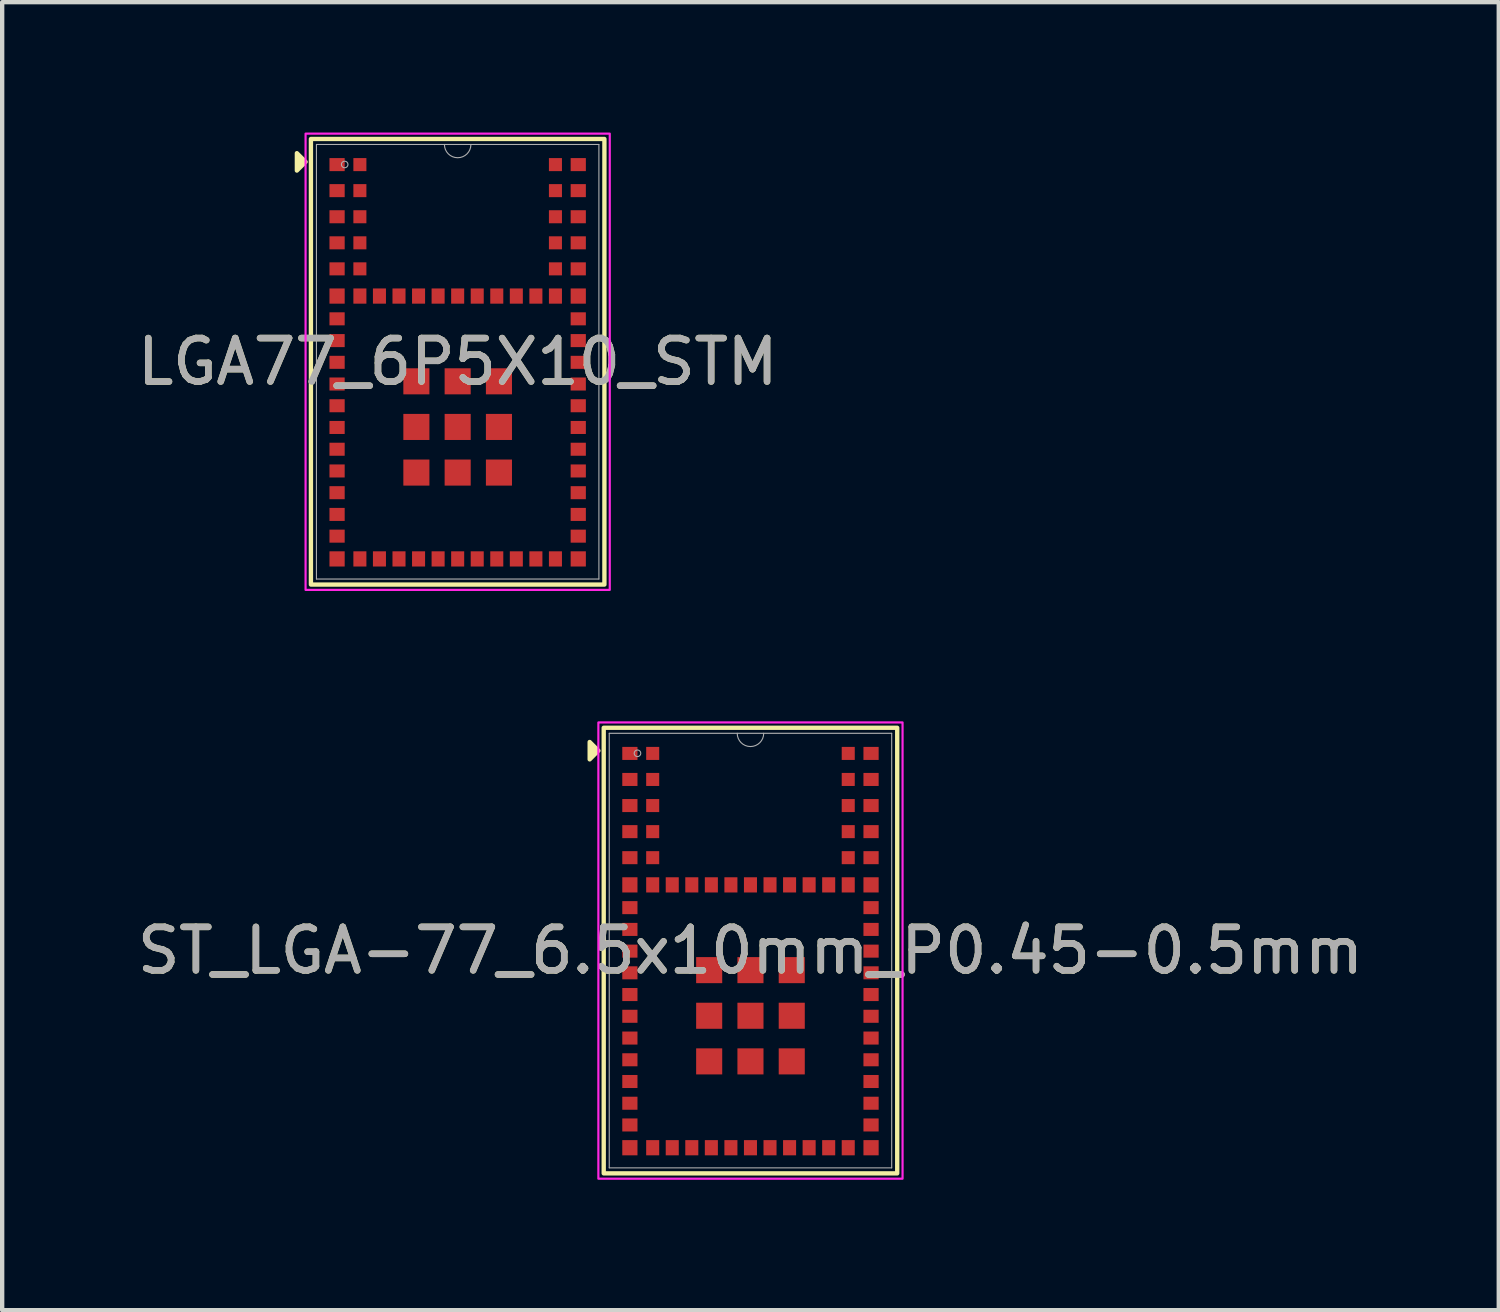
<source format=kicad_pcb>
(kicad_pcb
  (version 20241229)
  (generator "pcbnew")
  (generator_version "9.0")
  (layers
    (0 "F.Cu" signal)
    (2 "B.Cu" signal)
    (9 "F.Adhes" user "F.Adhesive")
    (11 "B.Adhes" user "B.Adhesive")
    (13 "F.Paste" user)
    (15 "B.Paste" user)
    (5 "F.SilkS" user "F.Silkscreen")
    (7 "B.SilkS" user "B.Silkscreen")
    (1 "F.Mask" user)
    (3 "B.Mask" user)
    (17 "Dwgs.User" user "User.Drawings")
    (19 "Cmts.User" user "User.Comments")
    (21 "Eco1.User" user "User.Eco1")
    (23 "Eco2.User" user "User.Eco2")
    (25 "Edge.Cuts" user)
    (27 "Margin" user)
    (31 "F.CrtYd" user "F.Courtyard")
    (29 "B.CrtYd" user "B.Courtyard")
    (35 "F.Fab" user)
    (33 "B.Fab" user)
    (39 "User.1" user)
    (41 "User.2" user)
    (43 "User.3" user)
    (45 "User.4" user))
  (footprint "LGA77_6P5X10_STM"
    (layer "F.Cu")
    (at 7.482 5.275)
    (property "Reference" "LGA77_6P5X10_STM" (at 0 0 0) (unlocked yes) (layer "F.SilkS") (effects (font (size 1 1) (thickness 0.15))))
    (attr smd)
    (fp_rect (start -3.377 -5.127) (end 3.377 5.127) (stroke (width 0.1) (type default)) (fill no) (layer "F.SilkS"))
    (fp_poly (pts (xy -3.5 -4.6) (xy -3.7 -4.4) (xy -3.7 -4.8)) (stroke (width 0.1) (type solid)) (fill yes) (layer "F.SilkS"))
    (fp_rect (start -3.5 -5.25) (end 3.5 5.25) (stroke (width 0.05) (type default)) (fill no) (layer "F.CrtYd"))
    (fp_line (start -3.25 -5) (end -3.25 5) (stroke (width 0.025) (type solid)) (layer "F.Fab"))
    (fp_line (start -3.25 5) (end 3.25 5) (stroke (width 0.025) (type solid)) (layer "F.Fab"))
    (fp_line (start 3.25 -5) (end -3.25 -5) (stroke (width 0.025) (type solid)) (layer "F.Fab"))
    (fp_line (start 3.25 5) (end 3.25 -5) (stroke (width 0.025) (type solid)) (layer "F.Fab"))
    (fp_arc (start 0.3048 -5) (mid 0 -4.6952) (end -0.3048 -5) (stroke (width 0.0254) (type solid)) (layer "F.Fab"))
    (fp_circle (center -2.6 -4.54) (end -2.524 -4.54) (stroke (width 0.025) (type solid)) (fill no) (layer "F.Fab"))
    (fp_text user "${REFERENCE}" (at 0 0 0) (unlocked yes) (layer "F.Fab") (effects (font (size 1 1) (thickness 0.15))))
    (pad "1" smd rect (at -2.775 -4.537) (size 0.35 0.3) (layers "F.Cu" "F.Mask" "F.Paste"))
    (pad "2" smd rect (at -2.775 -3.938) (size 0.35 0.3) (layers "F.Cu" "F.Mask" "F.Paste"))
    (pad "3" smd rect (at -2.775 -3.337) (size 0.35 0.3) (layers "F.Cu" "F.Mask" "F.Paste"))
    (pad "4" smd rect (at -2.775 -2.737) (size 0.35 0.3) (layers "F.Cu" "F.Mask" "F.Paste"))
    (pad "5" smd rect (at -2.775 -2.138) (size 0.35 0.3) (layers "F.Cu" "F.Mask" "F.Paste"))
    (pad "6" smd rect (at -2.775 -1.512) (size 0.35 0.35) (layers "F.Cu" "F.Mask" "F.Paste"))
    (pad "7" smd rect (at -2.775 -0.988) (size 0.35 0.3) (layers "F.Cu" "F.Mask" "F.Paste"))
    (pad "8" smd rect (at -2.775 -0.487) (size 0.35 0.3) (layers "F.Cu" "F.Mask" "F.Paste"))
    (pad "9" smd rect (at -2.775 0.013) (size 0.35 0.3) (layers "F.Cu" "F.Mask" "F.Paste"))
    (pad "10" smd rect (at -2.775 0.512) (size 0.35 0.3) (layers "F.Cu" "F.Mask" "F.Paste"))
    (pad "11" smd rect (at -2.775 1.012) (size 0.35 0.3) (layers "F.Cu" "F.Mask" "F.Paste"))
    (pad "12" smd rect (at -2.775 1.512) (size 0.35 0.3) (layers "F.Cu" "F.Mask" "F.Paste"))
    (pad "13" smd rect (at -2.775 2.013) (size 0.35 0.3) (layers "F.Cu" "F.Mask" "F.Paste"))
    (pad "14" smd rect (at -2.775 2.513) (size 0.35 0.3) (layers "F.Cu" "F.Mask" "F.Paste"))
    (pad "15" smd rect (at -2.775 3.013) (size 0.35 0.3) (layers "F.Cu" "F.Mask" "F.Paste"))
    (pad "16" smd rect (at -2.775 3.513) (size 0.35 0.3) (layers "F.Cu" "F.Mask" "F.Paste"))
    (pad "17" smd rect (at -2.775 4.013) (size 0.35 0.3) (layers "F.Cu" "F.Mask" "F.Paste"))
    (pad "18" smd rect (at -2.775 4.537) (size 0.35 0.35) (layers "F.Cu" "F.Mask" "F.Paste"))
    (pad "19" smd rect (at -2.25 4.537 90) (size 0.35 0.3) (layers "F.Cu" "F.Mask" "F.Paste"))
    (pad "20" smd rect (at -1.8 4.537 90) (size 0.35 0.3) (layers "F.Cu" "F.Mask" "F.Paste"))
    (pad "21" smd rect (at -1.35 4.537 90) (size 0.35 0.3) (layers "F.Cu" "F.Mask" "F.Paste"))
    (pad "22" smd rect (at -0.9 4.537 90) (size 0.35 0.3) (layers "F.Cu" "F.Mask" "F.Paste"))
    (pad "23" smd rect (at -0.45 4.537 90) (size 0.35 0.3) (layers "F.Cu" "F.Mask" "F.Paste"))
    (pad "24" smd rect (at 0 4.537 90) (size 0.35 0.3) (layers "F.Cu" "F.Mask" "F.Paste"))
    (pad "25" smd rect (at 0.45 4.537 90) (size 0.35 0.3) (layers "F.Cu" "F.Mask" "F.Paste"))
    (pad "26" smd rect (at 0.9 4.537 90) (size 0.35 0.3) (layers "F.Cu" "F.Mask" "F.Paste"))
    (pad "27" smd rect (at 1.35 4.537 90) (size 0.35 0.3) (layers "F.Cu" "F.Mask" "F.Paste"))
    (pad "28" smd rect (at 1.8 4.537 90) (size 0.35 0.3) (layers "F.Cu" "F.Mask" "F.Paste"))
    (pad "29" smd rect (at 2.25 4.537 90) (size 0.35 0.3) (layers "F.Cu" "F.Mask" "F.Paste"))
    (pad "30" smd rect (at 2.775 4.537) (size 0.35 0.35) (layers "F.Cu" "F.Mask" "F.Paste"))
    (pad "31" smd rect (at 2.775 4.013) (size 0.35 0.3) (layers "F.Cu" "F.Mask" "F.Paste"))
    (pad "32" smd rect (at 2.775 3.513) (size 0.35 0.3) (layers "F.Cu" "F.Mask" "F.Paste"))
    (pad "33" smd rect (at 2.775 3.013) (size 0.35 0.3) (layers "F.Cu" "F.Mask" "F.Paste"))
    (pad "34" smd rect (at 2.775 2.513) (size 0.35 0.3) (layers "F.Cu" "F.Mask" "F.Paste"))
    (pad "35" smd rect (at 2.775 2.013) (size 0.35 0.3) (layers "F.Cu" "F.Mask" "F.Paste"))
    (pad "36" smd rect (at 2.775 1.512) (size 0.35 0.3) (layers "F.Cu" "F.Mask" "F.Paste"))
    (pad "37" smd rect (at 2.775 1.012) (size 0.35 0.3) (layers "F.Cu" "F.Mask" "F.Paste"))
    (pad "38" smd rect (at 2.775 0.512) (size 0.35 0.3) (layers "F.Cu" "F.Mask" "F.Paste"))
    (pad "39" smd rect (at 2.775 0.013) (size 0.35 0.3) (layers "F.Cu" "F.Mask" "F.Paste"))
    (pad "40" smd rect (at 2.775 -0.487) (size 0.35 0.3) (layers "F.Cu" "F.Mask" "F.Paste"))
    (pad "41" smd rect (at 2.775 -0.988) (size 0.35 0.3) (layers "F.Cu" "F.Mask" "F.Paste"))
    (pad "42" smd rect (at 2.775 -1.512) (size 0.35 0.35) (layers "F.Cu" "F.Mask" "F.Paste"))
    (pad "43" smd rect (at 2.775 -2.138) (size 0.35 0.3) (layers "F.Cu" "F.Mask" "F.Paste"))
    (pad "44" smd rect (at 2.775 -2.737) (size 0.35 0.3) (layers "F.Cu" "F.Mask" "F.Paste"))
    (pad "45" smd rect (at 2.775 -3.337) (size 0.35 0.3) (layers "F.Cu" "F.Mask" "F.Paste"))
    (pad "46" smd rect (at 2.775 -3.938) (size 0.35 0.3) (layers "F.Cu" "F.Mask" "F.Paste"))
    (pad "47" smd rect (at 2.775 -4.537) (size 0.35 0.3) (layers "F.Cu" "F.Mask" "F.Paste"))
    (pad "48" smd rect (at 2.25 -4.537) (size 0.3 0.3) (layers "F.Cu" "F.Mask" "F.Paste"))
    (pad "49" smd rect (at 2.25 -3.938) (size 0.3 0.3) (layers "F.Cu" "F.Mask" "F.Paste"))
    (pad "50" smd rect (at 2.25 -3.337) (size 0.3 0.3) (layers "F.Cu" "F.Mask" "F.Paste"))
    (pad "51" smd rect (at 2.25 -2.737) (size 0.3 0.3) (layers "F.Cu" "F.Mask" "F.Paste"))
    (pad "52" smd rect (at 2.25 -2.138) (size 0.3 0.3) (layers "F.Cu" "F.Mask" "F.Paste"))
    (pad "53" smd rect (at 2.25 -1.512 90) (size 0.35 0.3) (layers "F.Cu" "F.Mask" "F.Paste"))
    (pad "54" smd rect (at 1.8 -1.512 90) (size 0.35 0.3) (layers "F.Cu" "F.Mask" "F.Paste"))
    (pad "55" smd rect (at 1.35 -1.512 90) (size 0.35 0.3) (layers "F.Cu" "F.Mask" "F.Paste"))
    (pad "56" smd rect (at 0.9 -1.512 90) (size 0.35 0.3) (layers "F.Cu" "F.Mask" "F.Paste"))
    (pad "57" smd rect (at 0.45 -1.512 90) (size 0.35 0.3) (layers "F.Cu" "F.Mask" "F.Paste"))
    (pad "58" smd rect (at 0 -1.512 90) (size 0.35 0.3) (layers "F.Cu" "F.Mask" "F.Paste"))
    (pad "59" smd rect (at -0.45 -1.512 90) (size 0.35 0.3) (layers "F.Cu" "F.Mask" "F.Paste"))
    (pad "60" smd rect (at -0.9 -1.512 90) (size 0.35 0.3) (layers "F.Cu" "F.Mask" "F.Paste"))
    (pad "61" smd rect (at -1.35 -1.512 90) (size 0.35 0.3) (layers "F.Cu" "F.Mask" "F.Paste"))
    (pad "62" smd rect (at -1.8 -1.512 90) (size 0.35 0.3) (layers "F.Cu" "F.Mask" "F.Paste"))
    (pad "63" smd rect (at -2.25 -1.512 90) (size 0.35 0.3) (layers "F.Cu" "F.Mask" "F.Paste"))
    (pad "64" smd rect (at -2.25 -2.138) (size 0.3 0.3) (layers "F.Cu" "F.Mask" "F.Paste"))
    (pad "65" smd rect (at -2.25 -2.737) (size 0.3 0.3) (layers "F.Cu" "F.Mask" "F.Paste"))
    (pad "66" smd rect (at -2.25 -3.337) (size 0.3 0.3) (layers "F.Cu" "F.Mask" "F.Paste"))
    (pad "67" smd rect (at -2.25 -3.938) (size 0.3 0.3) (layers "F.Cu" "F.Mask" "F.Paste"))
    (pad "68" smd rect (at -2.25 -4.537) (size 0.3 0.3) (layers "F.Cu" "F.Mask" "F.Paste"))
    (pad "69" smd rect (at -0.95 0.45 90) (size 0.6 0.6) (layers "F.Cu" "F.Mask" "F.Paste"))
    (pad "70" smd rect (at -0.95 1.5 90) (size 0.6 0.6) (layers "F.Cu" "F.Mask" "F.Paste"))
    (pad "71" smd rect (at -0.95 2.55 90) (size 0.6 0.6) (layers "F.Cu" "F.Mask" "F.Paste"))
    (pad "72" smd rect (at 0 2.55 90) (size 0.6 0.6) (layers "F.Cu" "F.Mask" "F.Paste"))
    (pad "73" smd rect (at 0 1.5 90) (size 0.6 0.6) (layers "F.Cu" "F.Mask" "F.Paste"))
    (pad "74" smd rect (at 0 0.45 90) (size 0.6 0.6) (layers "F.Cu" "F.Mask" "F.Paste"))
    (pad "75" smd rect (at 0.95 0.45 90) (size 0.6 0.6) (layers "F.Cu" "F.Mask" "F.Paste"))
    (pad "76" smd rect (at 0.95 1.5 90) (size 0.6 0.6) (layers "F.Cu" "F.Mask" "F.Paste"))
    (pad "77" smd rect (at 0.95 2.55 90) (size 0.6 0.6) (layers "F.Cu" "F.Mask" "F.Paste"))
    (zone (net_name "") (layer "F.Cu") (hatch full 0.508) (connect_pads) (min_thickness 0.254) (filled_areas_thickness no) (keepout (tracks not_allowed) (vias not_allowed) (pads allowed) (copperpour not_allowed) (footprints allowed)) (placement (enabled no)) (fill) (polygon (pts (xy 5.583 3.395) (xy 9.382 3.395) (xy 9.382 0.275) (xy 5.583 0.275)))))
  (footprint "ST_LGA-77_6.5x10mm_P0.45-0.5mm"
    (layer "F.Cu")
    (at 14.22 18.825)
    (property "Reference" "ST_LGA-77_6.5x10mm_P0.45-0.5mm" (at 0 0 0) (unlocked yes) (layer "F.SilkS") (effects (font (size 1 1) (thickness 0.15))))
    (attr smd)
    (fp_rect (start -3.377 -5.127) (end 3.377 5.127) (stroke (width 0.1) (type default)) (fill no) (layer "F.SilkS"))
    (fp_poly (pts (xy -3.5 -4.6) (xy -3.7 -4.4) (xy -3.7 -4.8)) (stroke (width 0.1) (type solid)) (fill yes) (layer "F.SilkS"))
    (fp_rect (start -3.5 -5.25) (end 3.5 5.25) (stroke (width 0.05) (type default)) (fill no) (layer "F.CrtYd"))
    (fp_line (start -3.25 -5) (end -3.25 5) (stroke (width 0.025) (type solid)) (layer "F.Fab"))
    (fp_line (start -3.25 5) (end 3.25 5) (stroke (width 0.025) (type solid)) (layer "F.Fab"))
    (fp_line (start 3.25 -5) (end -3.25 -5) (stroke (width 0.025) (type solid)) (layer "F.Fab"))
    (fp_line (start 3.25 5) (end 3.25 -5) (stroke (width 0.025) (type solid)) (layer "F.Fab"))
    (fp_arc (start 0.3048 -5) (mid 0 -4.6952) (end -0.3048 -5) (stroke (width 0.0254) (type solid)) (layer "F.Fab"))
    (fp_circle (center -2.6 -4.54) (end -2.524 -4.54) (stroke (width 0.025) (type solid)) (fill no) (layer "F.Fab"))
    (fp_text user "${REFERENCE}" (at 0 0 0) (unlocked yes) (layer "F.Fab") (effects (font (size 1 1) (thickness 0.15))))
    (pad "1" smd rect (at -2.775 -4.537) (size 0.35 0.3) (layers "F.Cu" "F.Mask" "F.Paste"))
    (pad "2" smd rect (at -2.775 -3.938) (size 0.35 0.3) (layers "F.Cu" "F.Mask" "F.Paste"))
    (pad "3" smd rect (at -2.775 -3.337) (size 0.35 0.3) (layers "F.Cu" "F.Mask" "F.Paste"))
    (pad "4" smd rect (at -2.775 -2.737) (size 0.35 0.3) (layers "F.Cu" "F.Mask" "F.Paste"))
    (pad "5" smd rect (at -2.775 -2.138) (size 0.35 0.3) (layers "F.Cu" "F.Mask" "F.Paste"))
    (pad "6" smd rect (at -2.775 -1.512) (size 0.35 0.35) (layers "F.Cu" "F.Mask" "F.Paste"))
    (pad "7" smd rect (at -2.775 -0.988) (size 0.35 0.3) (layers "F.Cu" "F.Mask" "F.Paste"))
    (pad "8" smd rect (at -2.775 -0.487) (size 0.35 0.3) (layers "F.Cu" "F.Mask" "F.Paste"))
    (pad "9" smd rect (at -2.775 0.013) (size 0.35 0.3) (layers "F.Cu" "F.Mask" "F.Paste"))
    (pad "10" smd rect (at -2.775 0.512) (size 0.35 0.3) (layers "F.Cu" "F.Mask" "F.Paste"))
    (pad "11" smd rect (at -2.775 1.012) (size 0.35 0.3) (layers "F.Cu" "F.Mask" "F.Paste"))
    (pad "12" smd rect (at -2.775 1.512) (size 0.35 0.3) (layers "F.Cu" "F.Mask" "F.Paste"))
    (pad "13" smd rect (at -2.775 2.013) (size 0.35 0.3) (layers "F.Cu" "F.Mask" "F.Paste"))
    (pad "14" smd rect (at -2.775 2.513) (size 0.35 0.3) (layers "F.Cu" "F.Mask" "F.Paste"))
    (pad "15" smd rect (at -2.775 3.013) (size 0.35 0.3) (layers "F.Cu" "F.Mask" "F.Paste"))
    (pad "16" smd rect (at -2.775 3.513) (size 0.35 0.3) (layers "F.Cu" "F.Mask" "F.Paste"))
    (pad "17" smd rect (at -2.775 4.013) (size 0.35 0.3) (layers "F.Cu" "F.Mask" "F.Paste"))
    (pad "18" smd rect (at -2.775 4.537) (size 0.35 0.35) (layers "F.Cu" "F.Mask" "F.Paste"))
    (pad "19" smd rect (at -2.25 4.537 90) (size 0.35 0.3) (layers "F.Cu" "F.Mask" "F.Paste"))
    (pad "20" smd rect (at -1.8 4.537 90) (size 0.35 0.3) (layers "F.Cu" "F.Mask" "F.Paste"))
    (pad "21" smd rect (at -1.35 4.537 90) (size 0.35 0.3) (layers "F.Cu" "F.Mask" "F.Paste"))
    (pad "22" smd rect (at -0.9 4.537 90) (size 0.35 0.3) (layers "F.Cu" "F.Mask" "F.Paste"))
    (pad "23" smd rect (at -0.45 4.537 90) (size 0.35 0.3) (layers "F.Cu" "F.Mask" "F.Paste"))
    (pad "24" smd rect (at 0 4.537 90) (size 0.35 0.3) (layers "F.Cu" "F.Mask" "F.Paste"))
    (pad "25" smd rect (at 0.45 4.537 90) (size 0.35 0.3) (layers "F.Cu" "F.Mask" "F.Paste"))
    (pad "26" smd rect (at 0.9 4.537 90) (size 0.35 0.3) (layers "F.Cu" "F.Mask" "F.Paste"))
    (pad "27" smd rect (at 1.35 4.537 90) (size 0.35 0.3) (layers "F.Cu" "F.Mask" "F.Paste"))
    (pad "28" smd rect (at 1.8 4.537 90) (size 0.35 0.3) (layers "F.Cu" "F.Mask" "F.Paste"))
    (pad "29" smd rect (at 2.25 4.537 90) (size 0.35 0.3) (layers "F.Cu" "F.Mask" "F.Paste"))
    (pad "30" smd rect (at 2.775 4.537) (size 0.35 0.35) (layers "F.Cu" "F.Mask" "F.Paste"))
    (pad "31" smd rect (at 2.775 4.013) (size 0.35 0.3) (layers "F.Cu" "F.Mask" "F.Paste"))
    (pad "32" smd rect (at 2.775 3.513) (size 0.35 0.3) (layers "F.Cu" "F.Mask" "F.Paste"))
    (pad "33" smd rect (at 2.775 3.013) (size 0.35 0.3) (layers "F.Cu" "F.Mask" "F.Paste"))
    (pad "34" smd rect (at 2.775 2.513) (size 0.35 0.3) (layers "F.Cu" "F.Mask" "F.Paste"))
    (pad "35" smd rect (at 2.775 2.013) (size 0.35 0.3) (layers "F.Cu" "F.Mask" "F.Paste"))
    (pad "36" smd rect (at 2.775 1.512) (size 0.35 0.3) (layers "F.Cu" "F.Mask" "F.Paste"))
    (pad "37" smd rect (at 2.775 1.012) (size 0.35 0.3) (layers "F.Cu" "F.Mask" "F.Paste"))
    (pad "38" smd rect (at 2.775 0.512) (size 0.35 0.3) (layers "F.Cu" "F.Mask" "F.Paste"))
    (pad "39" smd rect (at 2.775 0.013) (size 0.35 0.3) (layers "F.Cu" "F.Mask" "F.Paste"))
    (pad "40" smd rect (at 2.775 -0.487) (size 0.35 0.3) (layers "F.Cu" "F.Mask" "F.Paste"))
    (pad "41" smd rect (at 2.775 -0.988) (size 0.35 0.3) (layers "F.Cu" "F.Mask" "F.Paste"))
    (pad "42" smd rect (at 2.775 -1.512) (size 0.35 0.35) (layers "F.Cu" "F.Mask" "F.Paste"))
    (pad "43" smd rect (at 2.775 -2.138) (size 0.35 0.3) (layers "F.Cu" "F.Mask" "F.Paste"))
    (pad "44" smd rect (at 2.775 -2.737) (size 0.35 0.3) (layers "F.Cu" "F.Mask" "F.Paste"))
    (pad "45" smd rect (at 2.775 -3.337) (size 0.35 0.3) (layers "F.Cu" "F.Mask" "F.Paste"))
    (pad "46" smd rect (at 2.775 -3.938) (size 0.35 0.3) (layers "F.Cu" "F.Mask" "F.Paste"))
    (pad "47" smd rect (at 2.775 -4.537) (size 0.35 0.3) (layers "F.Cu" "F.Mask" "F.Paste"))
    (pad "48" smd rect (at 2.25 -4.537) (size 0.3 0.3) (layers "F.Cu" "F.Mask" "F.Paste"))
    (pad "49" smd rect (at 2.25 -3.938) (size 0.3 0.3) (layers "F.Cu" "F.Mask" "F.Paste"))
    (pad "50" smd rect (at 2.25 -3.337) (size 0.3 0.3) (layers "F.Cu" "F.Mask" "F.Paste"))
    (pad "51" smd rect (at 2.25 -2.737) (size 0.3 0.3) (layers "F.Cu" "F.Mask" "F.Paste"))
    (pad "52" smd rect (at 2.25 -2.138) (size 0.3 0.3) (layers "F.Cu" "F.Mask" "F.Paste"))
    (pad "53" smd rect (at 2.25 -1.512 90) (size 0.35 0.3) (layers "F.Cu" "F.Mask" "F.Paste"))
    (pad "54" smd rect (at 1.8 -1.512 90) (size 0.35 0.3) (layers "F.Cu" "F.Mask" "F.Paste"))
    (pad "55" smd rect (at 1.35 -1.512 90) (size 0.35 0.3) (layers "F.Cu" "F.Mask" "F.Paste"))
    (pad "56" smd rect (at 0.9 -1.512 90) (size 0.35 0.3) (layers "F.Cu" "F.Mask" "F.Paste"))
    (pad "57" smd rect (at 0.45 -1.512 90) (size 0.35 0.3) (layers "F.Cu" "F.Mask" "F.Paste"))
    (pad "58" smd rect (at 0 -1.512 90) (size 0.35 0.3) (layers "F.Cu" "F.Mask" "F.Paste"))
    (pad "59" smd rect (at -0.45 -1.512 90) (size 0.35 0.3) (layers "F.Cu" "F.Mask" "F.Paste"))
    (pad "60" smd rect (at -0.9 -1.512 90) (size 0.35 0.3) (layers "F.Cu" "F.Mask" "F.Paste"))
    (pad "61" smd rect (at -1.35 -1.512 90) (size 0.35 0.3) (layers "F.Cu" "F.Mask" "F.Paste"))
    (pad "62" smd rect (at -1.8 -1.512 90) (size 0.35 0.3) (layers "F.Cu" "F.Mask" "F.Paste"))
    (pad "63" smd rect (at -2.25 -1.512 90) (size 0.35 0.3) (layers "F.Cu" "F.Mask" "F.Paste"))
    (pad "64" smd rect (at -2.25 -2.138) (size 0.3 0.3) (layers "F.Cu" "F.Mask" "F.Paste"))
    (pad "65" smd rect (at -2.25 -2.737) (size 0.3 0.3) (layers "F.Cu" "F.Mask" "F.Paste"))
    (pad "66" smd rect (at -2.25 -3.337) (size 0.3 0.3) (layers "F.Cu" "F.Mask" "F.Paste"))
    (pad "67" smd rect (at -2.25 -3.938) (size 0.3 0.3) (layers "F.Cu" "F.Mask" "F.Paste"))
    (pad "68" smd rect (at -2.25 -4.537) (size 0.3 0.3) (layers "F.Cu" "F.Mask" "F.Paste"))
    (pad "69" smd rect (at -0.95 0.45 90) (size 0.6 0.6) (layers "F.Cu" "F.Mask" "F.Paste"))
    (pad "70" smd rect (at -0.95 1.5 90) (size 0.6 0.6) (layers "F.Cu" "F.Mask" "F.Paste"))
    (pad "71" smd rect (at -0.95 2.55 90) (size 0.6 0.6) (layers "F.Cu" "F.Mask" "F.Paste"))
    (pad "72" smd rect (at 0 2.55 90) (size 0.6 0.6) (layers "F.Cu" "F.Mask" "F.Paste"))
    (pad "73" smd rect (at 0 1.5 90) (size 0.6 0.6) (layers "F.Cu" "F.Mask" "F.Paste"))
    (pad "74" smd rect (at 0 0.45 90) (size 0.6 0.6) (layers "F.Cu" "F.Mask" "F.Paste"))
    (pad "75" smd rect (at 0.95 0.45 90) (size 0.6 0.6) (layers "F.Cu" "F.Mask" "F.Paste"))
    (pad "76" smd rect (at 0.95 1.5 90) (size 0.6 0.6) (layers "F.Cu" "F.Mask" "F.Paste"))
    (pad "77" smd rect (at 0.95 2.55 90) (size 0.6 0.6) (layers "F.Cu" "F.Mask" "F.Paste"))
    (zone (net_name "") (layers "F.Cu" "B.Cu") (hatch full 0.508) (connect_pads) (min_thickness 0.254) (filled_areas_thickness no) (keepout (tracks not_allowed) (vias not_allowed) (pads not_allowed) (copperpour not_allowed) (footprints allowed)) (placement (enabled no)) (fill) (polygon (pts (xy 12.321 16.945) (xy 16.12 16.945) (xy 16.12 13.825) (xy 12.321 13.825)))))
  (gr_rect
    (start -3 -3)
    (end 31.44 27.1)
    (stroke (width 0.1) (type default))
    (fill no)
    (layer "Edge.Cuts")))
</source>
